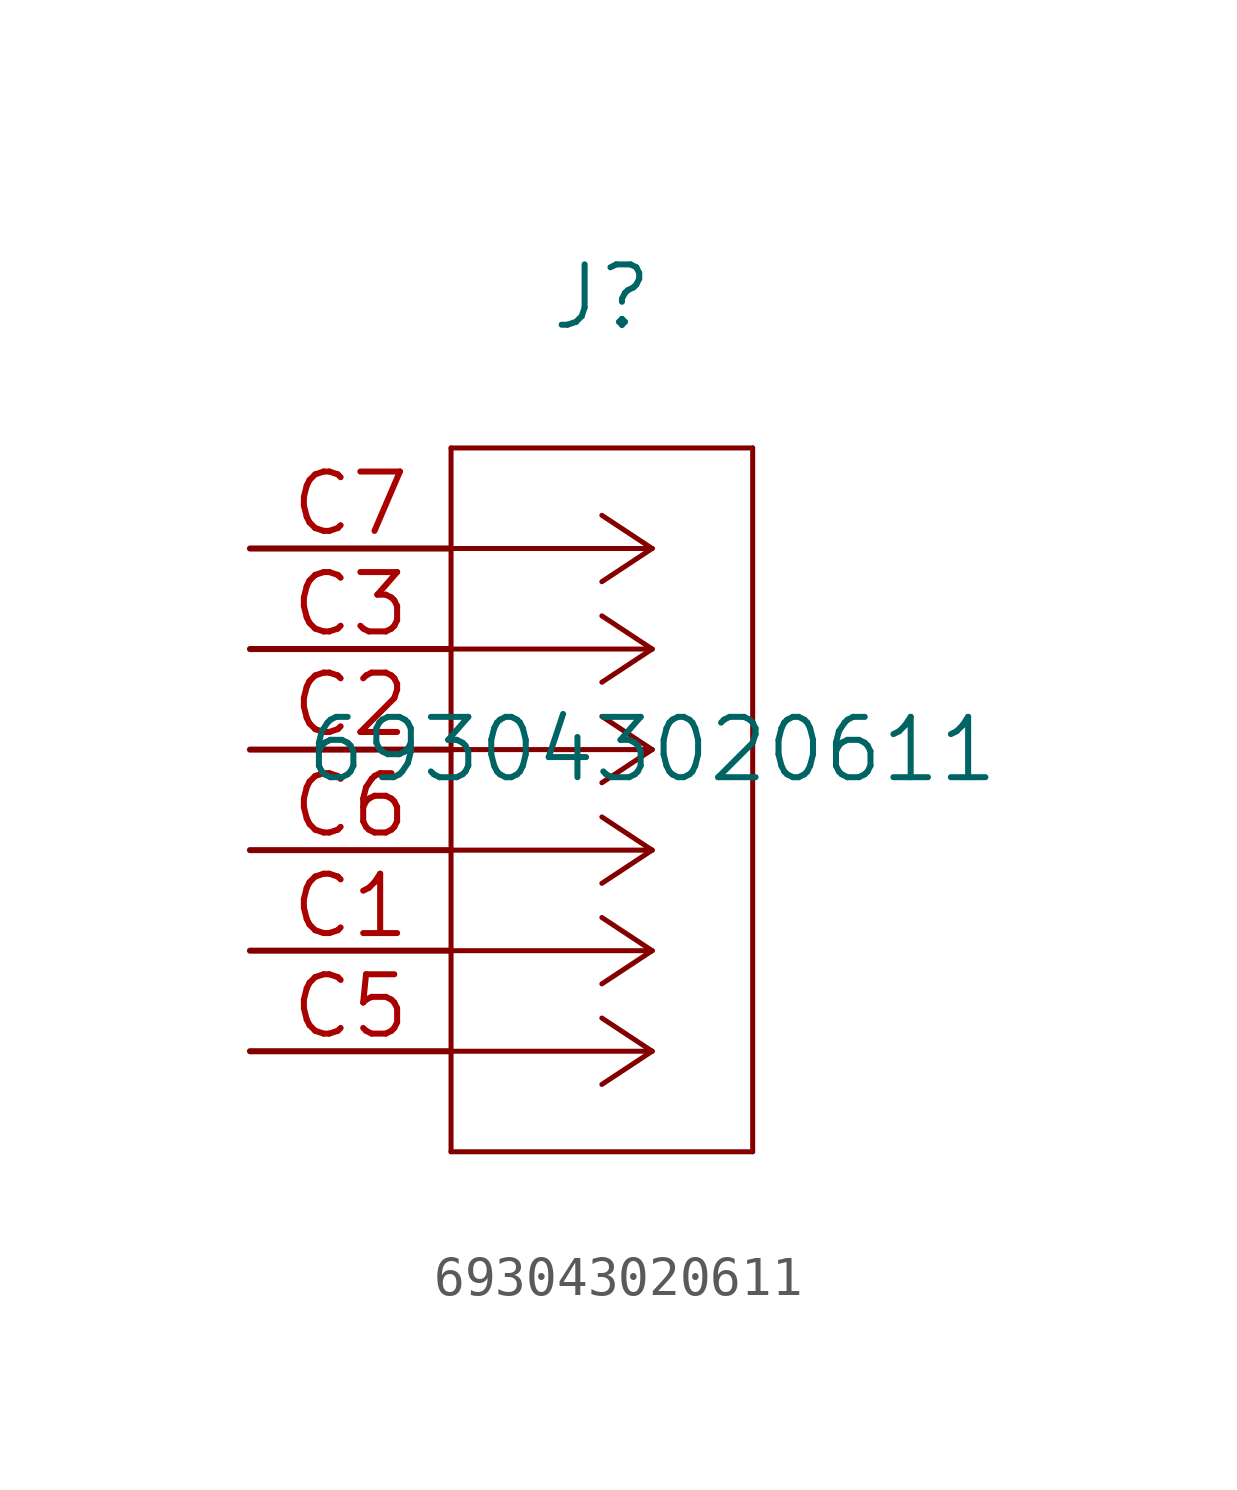
<source format=kicad_sym>
(kicad_symbol_lib
  (version 20220914)
  (generator kicad_symbol_editor)
  (symbol "693043020611"
    (pin_names
      (offset 0.254) hide)
    (property "Reference" "J"
      (at 8.89 6.35 0)
      (effects (font (size 1.524 1.524))))
    (property "Value" "693043020611"
      (at 10.16 -5.08 0)
      (effects (font (size 1.524 1.524))))
    (property "Datasheet" ""
      (at 0 0 0)
      (effects (font (size 1.524 1.524))))
    (property "ki_locked" ""
      (at 0 0 0)
      (effects (font (size 1.27 1.27))))
    (symbol "693043020611_1_1"
      (polyline (pts (xy 5.08 -15.24) (xy 12.7 -15.24)) (stroke (width 0.127) (type solid)) (fill (type none)))
      (polyline (pts (xy 5.08 2.54) (xy 5.08 -15.24)) (stroke (width 0.127) (type solid)) (fill (type none)))
      (polyline (pts (xy 10.16 -12.7) (xy 5.08 -12.7)) (stroke (width 0.127) (type solid)) (fill (type none)))
      (polyline (pts (xy 10.16 -12.7) (xy 8.89 -13.538)) (stroke (width 0.127) (type solid)) (fill (type none)))
      (polyline (pts (xy 10.16 -12.7) (xy 8.89 -11.862)) (stroke (width 0.127) (type solid)) (fill (type none)))
      (polyline (pts (xy 10.16 -10.16) (xy 5.08 -10.16)) (stroke (width 0.127) (type solid)) (fill (type none)))
      (polyline (pts (xy 10.16 -10.16) (xy 8.89 -10.998)) (stroke (width 0.127) (type solid)) (fill (type none)))
      (polyline (pts (xy 10.16 -10.16) (xy 8.89 -9.322)) (stroke (width 0.127) (type solid)) (fill (type none)))
      (polyline (pts (xy 10.16 -7.62) (xy 5.08 -7.62)) (stroke (width 0.127) (type solid)) (fill (type none)))
      (polyline (pts (xy 10.16 -7.62) (xy 8.89 -8.458)) (stroke (width 0.127) (type solid)) (fill (type none)))
      (polyline (pts (xy 10.16 -7.62) (xy 8.89 -6.782)) (stroke (width 0.127) (type solid)) (fill (type none)))
      (polyline (pts (xy 10.16 -5.08) (xy 5.08 -5.08)) (stroke (width 0.127) (type solid)) (fill (type none)))
      (polyline (pts (xy 10.16 -5.08) (xy 8.89 -5.918)) (stroke (width 0.127) (type solid)) (fill (type none)))
      (polyline (pts (xy 10.16 -5.08) (xy 8.89 -4.242)) (stroke (width 0.127) (type solid)) (fill (type none)))
      (polyline (pts (xy 10.16 -2.54) (xy 5.08 -2.54)) (stroke (width 0.127) (type solid)) (fill (type none)))
      (polyline (pts (xy 10.16 -2.54) (xy 8.89 -3.378)) (stroke (width 0.127) (type solid)) (fill (type none)))
      (polyline (pts (xy 10.16 -2.54) (xy 8.89 -1.702)) (stroke (width 0.127) (type solid)) (fill (type none)))
      (polyline (pts (xy 10.16 0) (xy 5.08 0)) (stroke (width 0.127) (type solid)) (fill (type none)))
      (polyline (pts (xy 10.16 0) (xy 8.89 -0.838)) (stroke (width 0.127) (type solid)) (fill (type none)))
      (polyline (pts (xy 10.16 0) (xy 8.89 0.838)) (stroke (width 0.127) (type solid)) (fill (type none)))
      (polyline (pts (xy 12.7 -15.24) (xy 12.7 2.54)) (stroke (width 0.127) (type solid)) (fill (type none)))
      (polyline (pts (xy 12.7 2.54) (xy 5.08 2.54)) (stroke (width 0.127) (type solid)) (fill (type none)))
      (pin unspecified line (at 0 -10.16 0) (length 5.08) (name "C1" (effects (font (size 1.499 1.499)))) (number "C1" (effects (font (size 1.499 1.499)))))
      (pin unspecified line (at 0 -5.08 0) (length 5.08) (name "C2" (effects (font (size 1.499 1.499)))) (number "C2" (effects (font (size 1.499 1.499)))))
      (pin unspecified line (at 0 -2.54 0) (length 5.08) (name "C3" (effects (font (size 1.499 1.499)))) (number "C3" (effects (font (size 1.499 1.499)))))
      (pin unspecified line (at 0 -12.7 0) (length 5.08) (name "C5" (effects (font (size 1.499 1.499)))) (number "C5" (effects (font (size 1.499 1.499)))))
      (pin unspecified line (at 0 -7.62 0) (length 5.08) (name "C6" (effects (font (size 1.499 1.499)))) (number "C6" (effects (font (size 1.499 1.499)))))
      (pin unspecified line (at 0 0 0) (length 5.08) (name "C7" (effects (font (size 1.499 1.499)))) (number "C7" (effects (font (size 1.499 1.499))))))))
</source>
